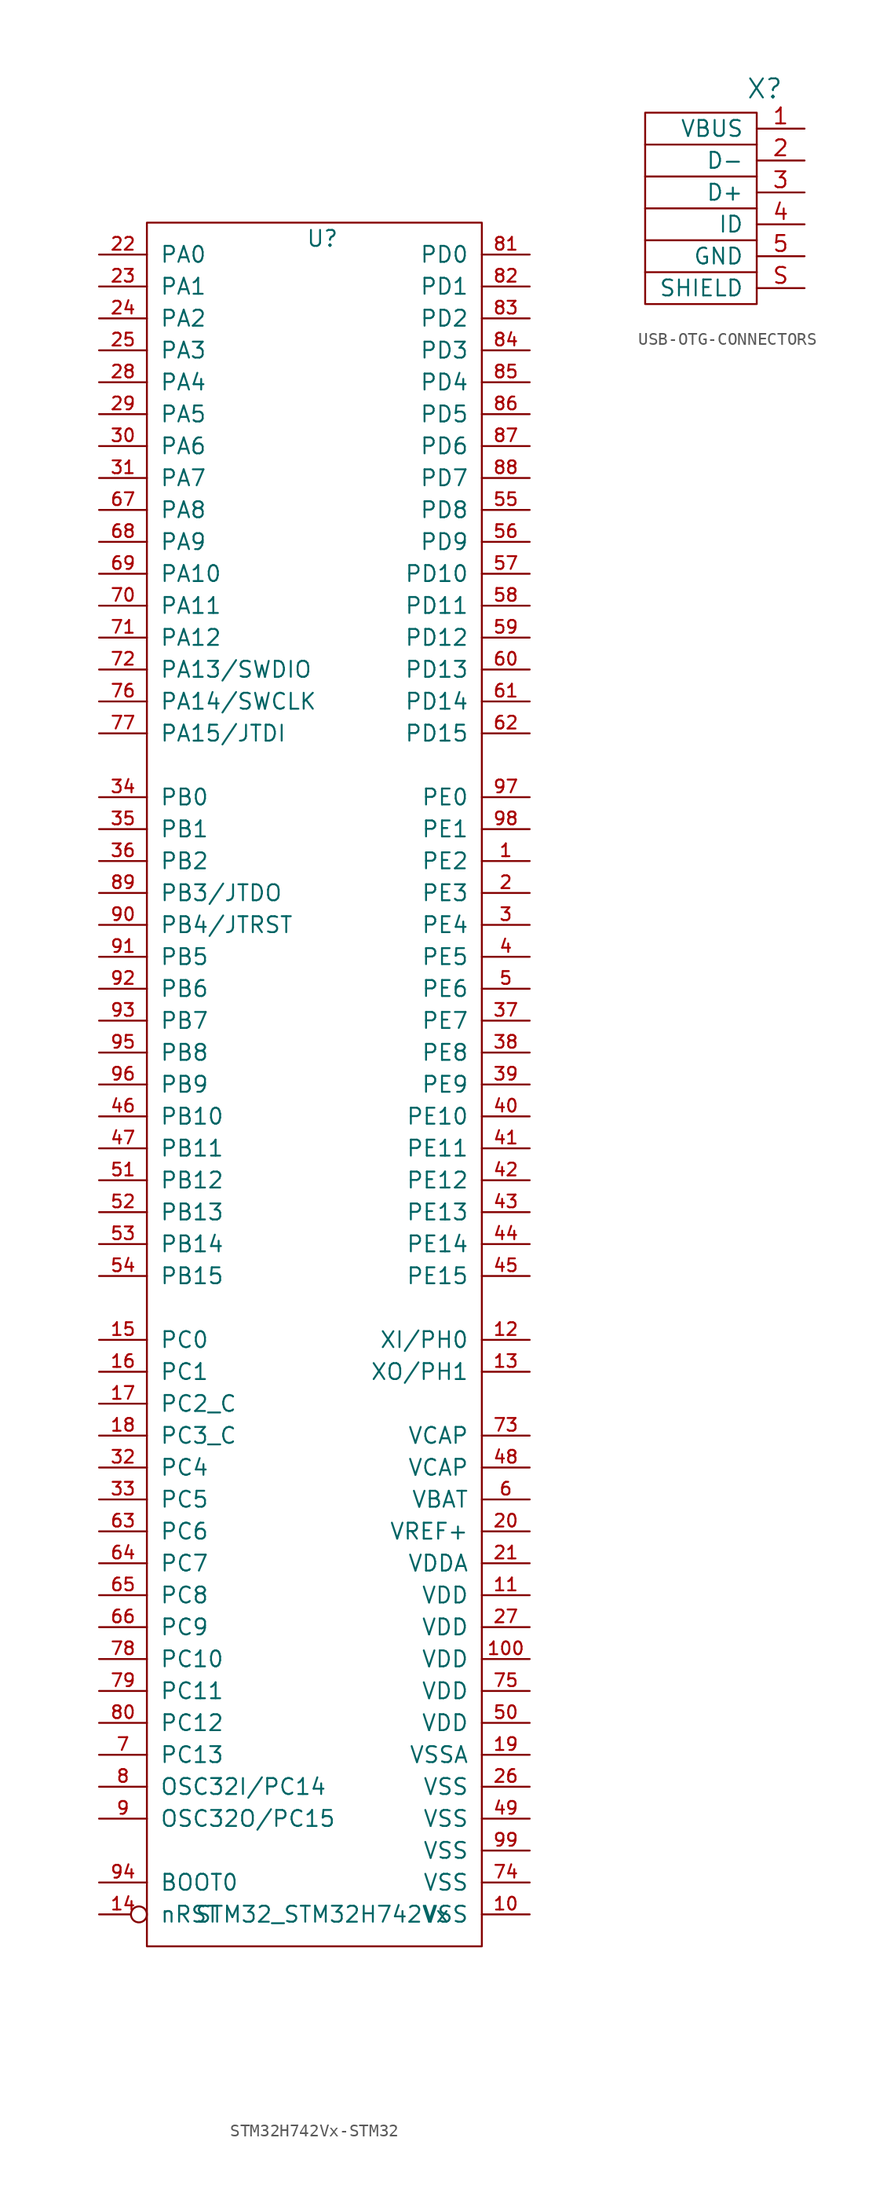
<source format=kicad_sym>
(kicad_symbol_lib
  (version 20231120)
  (generator "kicad_symbol_editor")
  (generator_version "8.0")
  (symbol "STM32H742Vx-STM32"
    (pin_names
      (offset 1.016))
    (property "Reference" "U"
      (at 17.78 1.27 0)
      (effects (font (size 1.27 1.27))))
    (property "Value" "STM32_STM32H742Vx"
      (at 17.78 -132.08 0)
      (effects (font (size 1.27 1.27))))
    (symbol "STM32H742Vx-STM32_0_1"
      (rectangle (start 3.81 2.54) (end 30.48 -134.62) (stroke (width 0) (type solid)) (fill (type none))))
    (symbol "STM32H742Vx-STM32_1_1"
      (pin bidirectional line (at 34.29 -48.26 180) (length 3.81) (name "PE2" (effects (font (size 1.27 1.27)))) (number "1" (effects (font (size 1.016 1.016)))))
      (pin power_in line (at 34.29 -132.08 180) (length 3.81) (name "VSS" (effects (font (size 1.27 1.27)))) (number "10" (effects (font (size 1.016 1.016)))))
      (pin power_in line (at 34.29 -111.76 180) (length 3.81) (name "VDD" (effects (font (size 1.27 1.27)))) (number "100" (effects (font (size 1.016 1.016)))))
      (pin power_in line (at 34.29 -106.68 180) (length 3.81) (name "VDD" (effects (font (size 1.27 1.27)))) (number "11" (effects (font (size 1.016 1.016)))))
      (pin bidirectional line (at 34.29 -86.36 180) (length 3.81) (name "XI/PH0" (effects (font (size 1.27 1.27)))) (number "12" (effects (font (size 1.016 1.016)))))
      (pin bidirectional line (at 34.29 -88.9 180) (length 3.81) (name "XO/PH1" (effects (font (size 1.27 1.27)))) (number "13" (effects (font (size 1.016 1.016)))))
      (pin bidirectional inverted (at 0 -132.08 0) (length 3.81) (name "nRST" (effects (font (size 1.27 1.27)))) (number "14" (effects (font (size 1.016 1.016)))))
      (pin bidirectional line (at 0 -86.36 0) (length 3.81) (name "PC0" (effects (font (size 1.27 1.27)))) (number "15" (effects (font (size 1.016 1.016)))))
      (pin bidirectional line (at 0 -88.9 0) (length 3.81) (name "PC1" (effects (font (size 1.27 1.27)))) (number "16" (effects (font (size 1.016 1.016)))))
      (pin bidirectional line (at 0 -91.44 0) (length 3.81) (name "PC2_C" (effects (font (size 1.27 1.27)))) (number "17" (effects (font (size 1.016 1.016)))))
      (pin bidirectional line (at 0 -93.98 0) (length 3.81) (name "PC3_C" (effects (font (size 1.27 1.27)))) (number "18" (effects (font (size 1.016 1.016)))))
      (pin power_in line (at 34.29 -119.38 180) (length 3.81) (name "VSSA" (effects (font (size 1.27 1.27)))) (number "19" (effects (font (size 1.016 1.016)))))
      (pin bidirectional line (at 34.29 -50.8 180) (length 3.81) (name "PE3" (effects (font (size 1.27 1.27)))) (number "2" (effects (font (size 1.016 1.016)))))
      (pin passive line (at 34.29 -101.6 180) (length 3.81) (name "VREF+" (effects (font (size 1.27 1.27)))) (number "20" (effects (font (size 1.016 1.016)))))
      (pin power_in line (at 34.29 -104.14 180) (length 3.81) (name "VDDA" (effects (font (size 1.27 1.27)))) (number "21" (effects (font (size 1.016 1.016)))))
      (pin bidirectional line (at 0 0 0) (length 3.81) (name "PA0" (effects (font (size 1.27 1.27)))) (number "22" (effects (font (size 1.016 1.016)))))
      (pin bidirectional line (at 0 -2.54 0) (length 3.81) (name "PA1" (effects (font (size 1.27 1.27)))) (number "23" (effects (font (size 1.016 1.016)))))
      (pin bidirectional line (at 0 -5.08 0) (length 3.81) (name "PA2" (effects (font (size 1.27 1.27)))) (number "24" (effects (font (size 1.016 1.016)))))
      (pin bidirectional line (at 0 -7.62 0) (length 3.81) (name "PA3" (effects (font (size 1.27 1.27)))) (number "25" (effects (font (size 1.016 1.016)))))
      (pin power_in line (at 34.29 -121.92 180) (length 3.81) (name "VSS" (effects (font (size 1.27 1.27)))) (number "26" (effects (font (size 1.016 1.016)))))
      (pin power_in line (at 34.29 -109.22 180) (length 3.81) (name "VDD" (effects (font (size 1.27 1.27)))) (number "27" (effects (font (size 1.016 1.016)))))
      (pin bidirectional line (at 0 -10.16 0) (length 3.81) (name "PA4" (effects (font (size 1.27 1.27)))) (number "28" (effects (font (size 1.016 1.016)))))
      (pin bidirectional line (at 0 -12.7 0) (length 3.81) (name "PA5" (effects (font (size 1.27 1.27)))) (number "29" (effects (font (size 1.016 1.016)))))
      (pin bidirectional line (at 34.29 -53.34 180) (length 3.81) (name "PE4" (effects (font (size 1.27 1.27)))) (number "3" (effects (font (size 1.016 1.016)))))
      (pin bidirectional line (at 0 -15.24 0) (length 3.81) (name "PA6" (effects (font (size 1.27 1.27)))) (number "30" (effects (font (size 1.016 1.016)))))
      (pin bidirectional line (at 0 -17.78 0) (length 3.81) (name "PA7" (effects (font (size 1.27 1.27)))) (number "31" (effects (font (size 1.016 1.016)))))
      (pin bidirectional line (at 0 -96.52 0) (length 3.81) (name "PC4" (effects (font (size 1.27 1.27)))) (number "32" (effects (font (size 1.016 1.016)))))
      (pin bidirectional line (at 0 -99.06 0) (length 3.81) (name "PC5" (effects (font (size 1.27 1.27)))) (number "33" (effects (font (size 1.016 1.016)))))
      (pin bidirectional line (at 0 -43.18 0) (length 3.81) (name "PB0" (effects (font (size 1.27 1.27)))) (number "34" (effects (font (size 1.016 1.016)))))
      (pin bidirectional line (at 0 -45.72 0) (length 3.81) (name "PB1" (effects (font (size 1.27 1.27)))) (number "35" (effects (font (size 1.016 1.016)))))
      (pin bidirectional line (at 0 -48.26 0) (length 3.81) (name "PB2" (effects (font (size 1.27 1.27)))) (number "36" (effects (font (size 1.016 1.016)))))
      (pin bidirectional line (at 34.29 -60.96 180) (length 3.81) (name "PE7" (effects (font (size 1.27 1.27)))) (number "37" (effects (font (size 1.016 1.016)))))
      (pin bidirectional line (at 34.29 -63.5 180) (length 3.81) (name "PE8" (effects (font (size 1.27 1.27)))) (number "38" (effects (font (size 1.016 1.016)))))
      (pin bidirectional line (at 34.29 -66.04 180) (length 3.81) (name "PE9" (effects (font (size 1.27 1.27)))) (number "39" (effects (font (size 1.016 1.016)))))
      (pin bidirectional line (at 34.29 -55.88 180) (length 3.81) (name "PE5" (effects (font (size 1.27 1.27)))) (number "4" (effects (font (size 1.016 1.016)))))
      (pin bidirectional line (at 34.29 -68.58 180) (length 3.81) (name "PE10" (effects (font (size 1.27 1.27)))) (number "40" (effects (font (size 1.016 1.016)))))
      (pin bidirectional line (at 34.29 -71.12 180) (length 3.81) (name "PE11" (effects (font (size 1.27 1.27)))) (number "41" (effects (font (size 1.016 1.016)))))
      (pin bidirectional line (at 34.29 -73.66 180) (length 3.81) (name "PE12" (effects (font (size 1.27 1.27)))) (number "42" (effects (font (size 1.016 1.016)))))
      (pin bidirectional line (at 34.29 -76.2 180) (length 3.81) (name "PE13" (effects (font (size 1.27 1.27)))) (number "43" (effects (font (size 1.016 1.016)))))
      (pin bidirectional line (at 34.29 -78.74 180) (length 3.81) (name "PE14" (effects (font (size 1.27 1.27)))) (number "44" (effects (font (size 1.016 1.016)))))
      (pin bidirectional line (at 34.29 -81.28 180) (length 3.81) (name "PE15" (effects (font (size 1.27 1.27)))) (number "45" (effects (font (size 1.016 1.016)))))
      (pin bidirectional line (at 0 -68.58 0) (length 3.81) (name "PB10" (effects (font (size 1.27 1.27)))) (number "46" (effects (font (size 1.016 1.016)))))
      (pin bidirectional line (at 0 -71.12 0) (length 3.81) (name "PB11" (effects (font (size 1.27 1.27)))) (number "47" (effects (font (size 1.016 1.016)))))
      (pin bidirectional line (at 34.29 -96.52 180) (length 3.81) (name "VCAP" (effects (font (size 1.27 1.27)))) (number "48" (effects (font (size 1.016 1.016)))))
      (pin power_in line (at 34.29 -124.46 180) (length 3.81) (name "VSS" (effects (font (size 1.27 1.27)))) (number "49" (effects (font (size 1.016 1.016)))))
      (pin bidirectional line (at 34.29 -58.42 180) (length 3.81) (name "PE6" (effects (font (size 1.27 1.27)))) (number "5" (effects (font (size 1.016 1.016)))))
      (pin power_in line (at 34.29 -116.84 180) (length 3.81) (name "VDD" (effects (font (size 1.27 1.27)))) (number "50" (effects (font (size 1.016 1.016)))))
      (pin bidirectional line (at 0 -73.66 0) (length 3.81) (name "PB12" (effects (font (size 1.27 1.27)))) (number "51" (effects (font (size 1.016 1.016)))))
      (pin bidirectional line (at 0 -76.2 0) (length 3.81) (name "PB13" (effects (font (size 1.27 1.27)))) (number "52" (effects (font (size 1.016 1.016)))))
      (pin bidirectional line (at 0 -78.74 0) (length 3.81) (name "PB14" (effects (font (size 1.27 1.27)))) (number "53" (effects (font (size 1.016 1.016)))))
      (pin bidirectional line (at 0 -81.28 0) (length 3.81) (name "PB15" (effects (font (size 1.27 1.27)))) (number "54" (effects (font (size 1.016 1.016)))))
      (pin bidirectional line (at 34.29 -20.32 180) (length 3.81) (name "PD8" (effects (font (size 1.27 1.27)))) (number "55" (effects (font (size 1.016 1.016)))))
      (pin bidirectional line (at 34.29 -22.86 180) (length 3.81) (name "PD9" (effects (font (size 1.27 1.27)))) (number "56" (effects (font (size 1.016 1.016)))))
      (pin bidirectional line (at 34.29 -25.4 180) (length 3.81) (name "PD10" (effects (font (size 1.27 1.27)))) (number "57" (effects (font (size 1.016 1.016)))))
      (pin bidirectional line (at 34.29 -27.94 180) (length 3.81) (name "PD11" (effects (font (size 1.27 1.27)))) (number "58" (effects (font (size 1.016 1.016)))))
      (pin bidirectional line (at 34.29 -30.48 180) (length 3.81) (name "PD12" (effects (font (size 1.27 1.27)))) (number "59" (effects (font (size 1.016 1.016)))))
      (pin power_in line (at 34.29 -99.06 180) (length 3.81) (name "VBAT" (effects (font (size 1.27 1.27)))) (number "6" (effects (font (size 1.016 1.016)))))
      (pin bidirectional line (at 34.29 -33.02 180) (length 3.81) (name "PD13" (effects (font (size 1.27 1.27)))) (number "60" (effects (font (size 1.016 1.016)))))
      (pin bidirectional line (at 34.29 -35.56 180) (length 3.81) (name "PD14" (effects (font (size 1.27 1.27)))) (number "61" (effects (font (size 1.016 1.016)))))
      (pin bidirectional line (at 34.29 -38.1 180) (length 3.81) (name "PD15" (effects (font (size 1.27 1.27)))) (number "62" (effects (font (size 1.016 1.016)))))
      (pin bidirectional line (at 0 -101.6 0) (length 3.81) (name "PC6" (effects (font (size 1.27 1.27)))) (number "63" (effects (font (size 1.016 1.016)))))
      (pin bidirectional line (at 0 -104.14 0) (length 3.81) (name "PC7" (effects (font (size 1.27 1.27)))) (number "64" (effects (font (size 1.016 1.016)))))
      (pin bidirectional line (at 0 -106.68 0) (length 3.81) (name "PC8" (effects (font (size 1.27 1.27)))) (number "65" (effects (font (size 1.016 1.016)))))
      (pin bidirectional line (at 0 -109.22 0) (length 3.81) (name "PC9" (effects (font (size 1.27 1.27)))) (number "66" (effects (font (size 1.016 1.016)))))
      (pin bidirectional line (at 0 -20.32 0) (length 3.81) (name "PA8" (effects (font (size 1.27 1.27)))) (number "67" (effects (font (size 1.016 1.016)))))
      (pin bidirectional line (at 0 -22.86 0) (length 3.81) (name "PA9" (effects (font (size 1.27 1.27)))) (number "68" (effects (font (size 1.016 1.016)))))
      (pin bidirectional line (at 0 -25.4 0) (length 3.81) (name "PA10" (effects (font (size 1.27 1.27)))) (number "69" (effects (font (size 1.016 1.016)))))
      (pin bidirectional line (at 0 -119.38 0) (length 3.81) (name "PC13" (effects (font (size 1.27 1.27)))) (number "7" (effects (font (size 1.016 1.016)))))
      (pin bidirectional line (at 0 -27.94 0) (length 3.81) (name "PA11" (effects (font (size 1.27 1.27)))) (number "70" (effects (font (size 1.016 1.016)))))
      (pin bidirectional line (at 0 -30.48 0) (length 3.81) (name "PA12" (effects (font (size 1.27 1.27)))) (number "71" (effects (font (size 1.016 1.016)))))
      (pin bidirectional line (at 0 -33.02 0) (length 3.81) (name "PA13/SWDIO" (effects (font (size 1.27 1.27)))) (number "72" (effects (font (size 1.016 1.016)))))
      (pin power_in line (at 34.29 -93.98 180) (length 3.81) (name "VCAP" (effects (font (size 1.27 1.27)))) (number "73" (effects (font (size 1.016 1.016)))))
      (pin power_in line (at 34.29 -129.54 180) (length 3.81) (name "VSS" (effects (font (size 1.27 1.27)))) (number "74" (effects (font (size 1.016 1.016)))))
      (pin power_in line (at 34.29 -114.3 180) (length 3.81) (name "VDD" (effects (font (size 1.27 1.27)))) (number "75" (effects (font (size 1.016 1.016)))))
      (pin bidirectional line (at 0 -35.56 0) (length 3.81) (name "PA14/SWCLK" (effects (font (size 1.27 1.27)))) (number "76" (effects (font (size 1.016 1.016)))))
      (pin bidirectional line (at 0 -38.1 0) (length 3.81) (name "PA15/JTDI" (effects (font (size 1.27 1.27)))) (number "77" (effects (font (size 1.016 1.016)))))
      (pin bidirectional line (at 0 -111.76 0) (length 3.81) (name "PC10" (effects (font (size 1.27 1.27)))) (number "78" (effects (font (size 1.016 1.016)))))
      (pin bidirectional line (at 0 -114.3 0) (length 3.81) (name "PC11" (effects (font (size 1.27 1.27)))) (number "79" (effects (font (size 1.016 1.016)))))
      (pin bidirectional line (at 0 -121.92 0) (length 3.81) (name "OSC32I/PC14" (effects (font (size 1.27 1.27)))) (number "8" (effects (font (size 1.016 1.016)))))
      (pin bidirectional line (at 0 -116.84 0) (length 3.81) (name "PC12" (effects (font (size 1.27 1.27)))) (number "80" (effects (font (size 1.016 1.016)))))
      (pin bidirectional line (at 34.29 0 180) (length 3.81) (name "PD0" (effects (font (size 1.27 1.27)))) (number "81" (effects (font (size 1.016 1.016)))))
      (pin bidirectional line (at 34.29 -2.54 180) (length 3.81) (name "PD1" (effects (font (size 1.27 1.27)))) (number "82" (effects (font (size 1.016 1.016)))))
      (pin bidirectional line (at 34.29 -5.08 180) (length 3.81) (name "PD2" (effects (font (size 1.27 1.27)))) (number "83" (effects (font (size 1.016 1.016)))))
      (pin bidirectional line (at 34.29 -7.62 180) (length 3.81) (name "PD3" (effects (font (size 1.27 1.27)))) (number "84" (effects (font (size 1.016 1.016)))))
      (pin bidirectional line (at 34.29 -10.16 180) (length 3.81) (name "PD4" (effects (font (size 1.27 1.27)))) (number "85" (effects (font (size 1.016 1.016)))))
      (pin bidirectional line (at 34.29 -12.7 180) (length 3.81) (name "PD5" (effects (font (size 1.27 1.27)))) (number "86" (effects (font (size 1.016 1.016)))))
      (pin bidirectional line (at 34.29 -15.24 180) (length 3.81) (name "PD6" (effects (font (size 1.27 1.27)))) (number "87" (effects (font (size 1.016 1.016)))))
      (pin bidirectional line (at 34.29 -17.78 180) (length 3.81) (name "PD7" (effects (font (size 1.27 1.27)))) (number "88" (effects (font (size 1.016 1.016)))))
      (pin bidirectional line (at 0 -50.8 0) (length 3.81) (name "PB3/JTDO" (effects (font (size 1.27 1.27)))) (number "89" (effects (font (size 1.016 1.016)))))
      (pin bidirectional line (at 0 -124.46 0) (length 3.81) (name "OSC32O/PC15" (effects (font (size 1.27 1.27)))) (number "9" (effects (font (size 1.016 1.016)))))
      (pin bidirectional line (at 0 -53.34 0) (length 3.81) (name "PB4/JTRST" (effects (font (size 1.27 1.27)))) (number "90" (effects (font (size 1.016 1.016)))))
      (pin bidirectional line (at 0 -55.88 0) (length 3.81) (name "PB5" (effects (font (size 1.27 1.27)))) (number "91" (effects (font (size 1.016 1.016)))))
      (pin bidirectional line (at 0 -58.42 0) (length 3.81) (name "PB6" (effects (font (size 1.27 1.27)))) (number "92" (effects (font (size 1.016 1.016)))))
      (pin bidirectional line (at 0 -60.96 0) (length 3.81) (name "PB7" (effects (font (size 1.27 1.27)))) (number "93" (effects (font (size 1.016 1.016)))))
      (pin bidirectional line (at 0 -129.54 0) (length 3.81) (name "BOOT0" (effects (font (size 1.27 1.27)))) (number "94" (effects (font (size 1.016 1.016)))))
      (pin bidirectional line (at 0 -63.5 0) (length 3.81) (name "PB8" (effects (font (size 1.27 1.27)))) (number "95" (effects (font (size 1.016 1.016)))))
      (pin bidirectional line (at 0 -66.04 0) (length 3.81) (name "PB9" (effects (font (size 1.27 1.27)))) (number "96" (effects (font (size 1.016 1.016)))))
      (pin bidirectional line (at 34.29 -43.18 180) (length 3.81) (name "PE0" (effects (font (size 1.27 1.27)))) (number "97" (effects (font (size 1.016 1.016)))))
      (pin bidirectional line (at 34.29 -45.72 180) (length 3.81) (name "PE1" (effects (font (size 1.27 1.27)))) (number "98" (effects (font (size 1.016 1.016)))))
      (pin power_in line (at 34.29 -127 180) (length 3.81) (name "VSS" (effects (font (size 1.27 1.27)))) (number "99" (effects (font (size 1.016 1.016)))))))
  (symbol "USB-OTG-CONNECTORS"
    (pin_names
      (offset 1.016))
    (property "Reference" "X"
      (at -3.175 3.175 0)
      (effects (font (size 1.524 1.524))))
    (property "Footprint" ""
      (at 0 0 0)
      (effects (font (size 1.524 1.524))))
    (property "Datasheet" ""
      (at 0 0 0)
      (effects (font (size 1.524 1.524))))
    (symbol "USB-OTG-CONNECTORS_0_1"
      (rectangle (start -3.81 1.27) (end -12.7 -13.97) (stroke (width 0) (type solid)) (fill (type none)))
      (polyline (pts (xy -3.81 -11.43) (xy -12.7 -11.43)) (stroke (width 0) (type solid)) (fill (type none)))
      (polyline (pts (xy -3.81 -8.89) (xy -12.7 -8.89)) (stroke (width 0) (type solid)) (fill (type none)))
      (polyline (pts (xy -3.81 -6.35) (xy -12.7 -6.35)) (stroke (width 0) (type solid)) (fill (type none)))
      (polyline (pts (xy -3.81 -3.81) (xy -12.7 -3.81)) (stroke (width 0) (type solid)) (fill (type none)))
      (polyline (pts (xy -3.81 -1.27) (xy -12.7 -1.27)) (stroke (width 0) (type solid)) (fill (type none))))
    (symbol "USB-OTG-CONNECTORS_1_1"
      (pin unspecified line (at 0 0 180) (length 3.81) (name "VBUS" (effects (font (size 1.27 1.27)))) (number "1" (effects (font (size 1.27 1.27)))))
      (pin unspecified line (at 0 -2.54 180) (length 3.81) (name "D-" (effects (font (size 1.27 1.27)))) (number "2" (effects (font (size 1.27 1.27)))))
      (pin unspecified line (at 0 -5.08 180) (length 3.81) (name "D+" (effects (font (size 1.27 1.27)))) (number "3" (effects (font (size 1.27 1.27)))))
      (pin unspecified line (at 0 -7.62 180) (length 3.81) (name "ID" (effects (font (size 1.27 1.27)))) (number "4" (effects (font (size 1.27 1.27)))))
      (pin unspecified line (at 0 -10.16 180) (length 3.81) (name "GND" (effects (font (size 1.27 1.27)))) (number "5" (effects (font (size 1.27 1.27)))))
      (pin unspecified line (at 0 -12.7 180) (length 3.81) (name "SHIELD" (effects (font (size 1.27 1.27)))) (number "S" (effects (font (size 1.27 1.27))))))))
</source>
